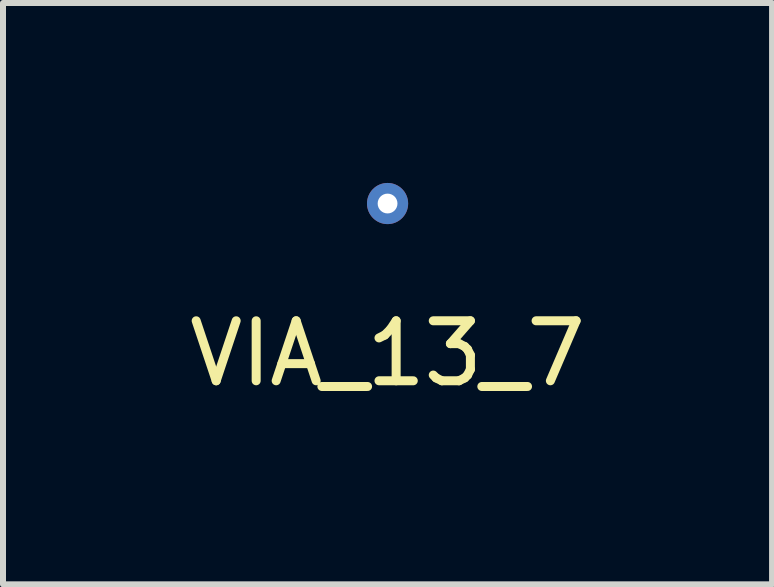
<source format=kicad_pcb>
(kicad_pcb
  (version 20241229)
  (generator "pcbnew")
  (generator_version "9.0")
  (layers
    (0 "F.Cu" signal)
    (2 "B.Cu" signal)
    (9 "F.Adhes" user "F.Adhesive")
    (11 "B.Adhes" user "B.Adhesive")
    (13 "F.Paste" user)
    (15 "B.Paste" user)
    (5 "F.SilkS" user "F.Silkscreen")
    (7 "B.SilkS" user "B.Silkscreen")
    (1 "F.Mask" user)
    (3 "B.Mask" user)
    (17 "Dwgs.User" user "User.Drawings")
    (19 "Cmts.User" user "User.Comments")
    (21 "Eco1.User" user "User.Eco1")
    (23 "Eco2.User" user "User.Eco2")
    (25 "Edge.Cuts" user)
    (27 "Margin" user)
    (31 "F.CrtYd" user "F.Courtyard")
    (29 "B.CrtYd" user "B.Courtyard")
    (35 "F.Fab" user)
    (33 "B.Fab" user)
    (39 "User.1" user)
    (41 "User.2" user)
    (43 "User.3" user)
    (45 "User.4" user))
  (footprint "VIA_13_7"
    (layer "F.Cu")
    (at 3.411 0.343)
    (property "Reference" "VIA_13_7" (at 0 2.5 0) (layer "F.SilkS") (effects (font (size 1 1) (thickness 0.15))))
    (attr through_hole)
    (pad "1" thru_hole circle (at 0 0) (size 0.686 0.686) (drill 0.33) (layers "*.Cu")))
  (gr_rect
    (start -3 -3)
    (end 9.821 6.691)
    (stroke (width 0.1) (type default))
    (fill no)
    (layer "Edge.Cuts")))
</source>
